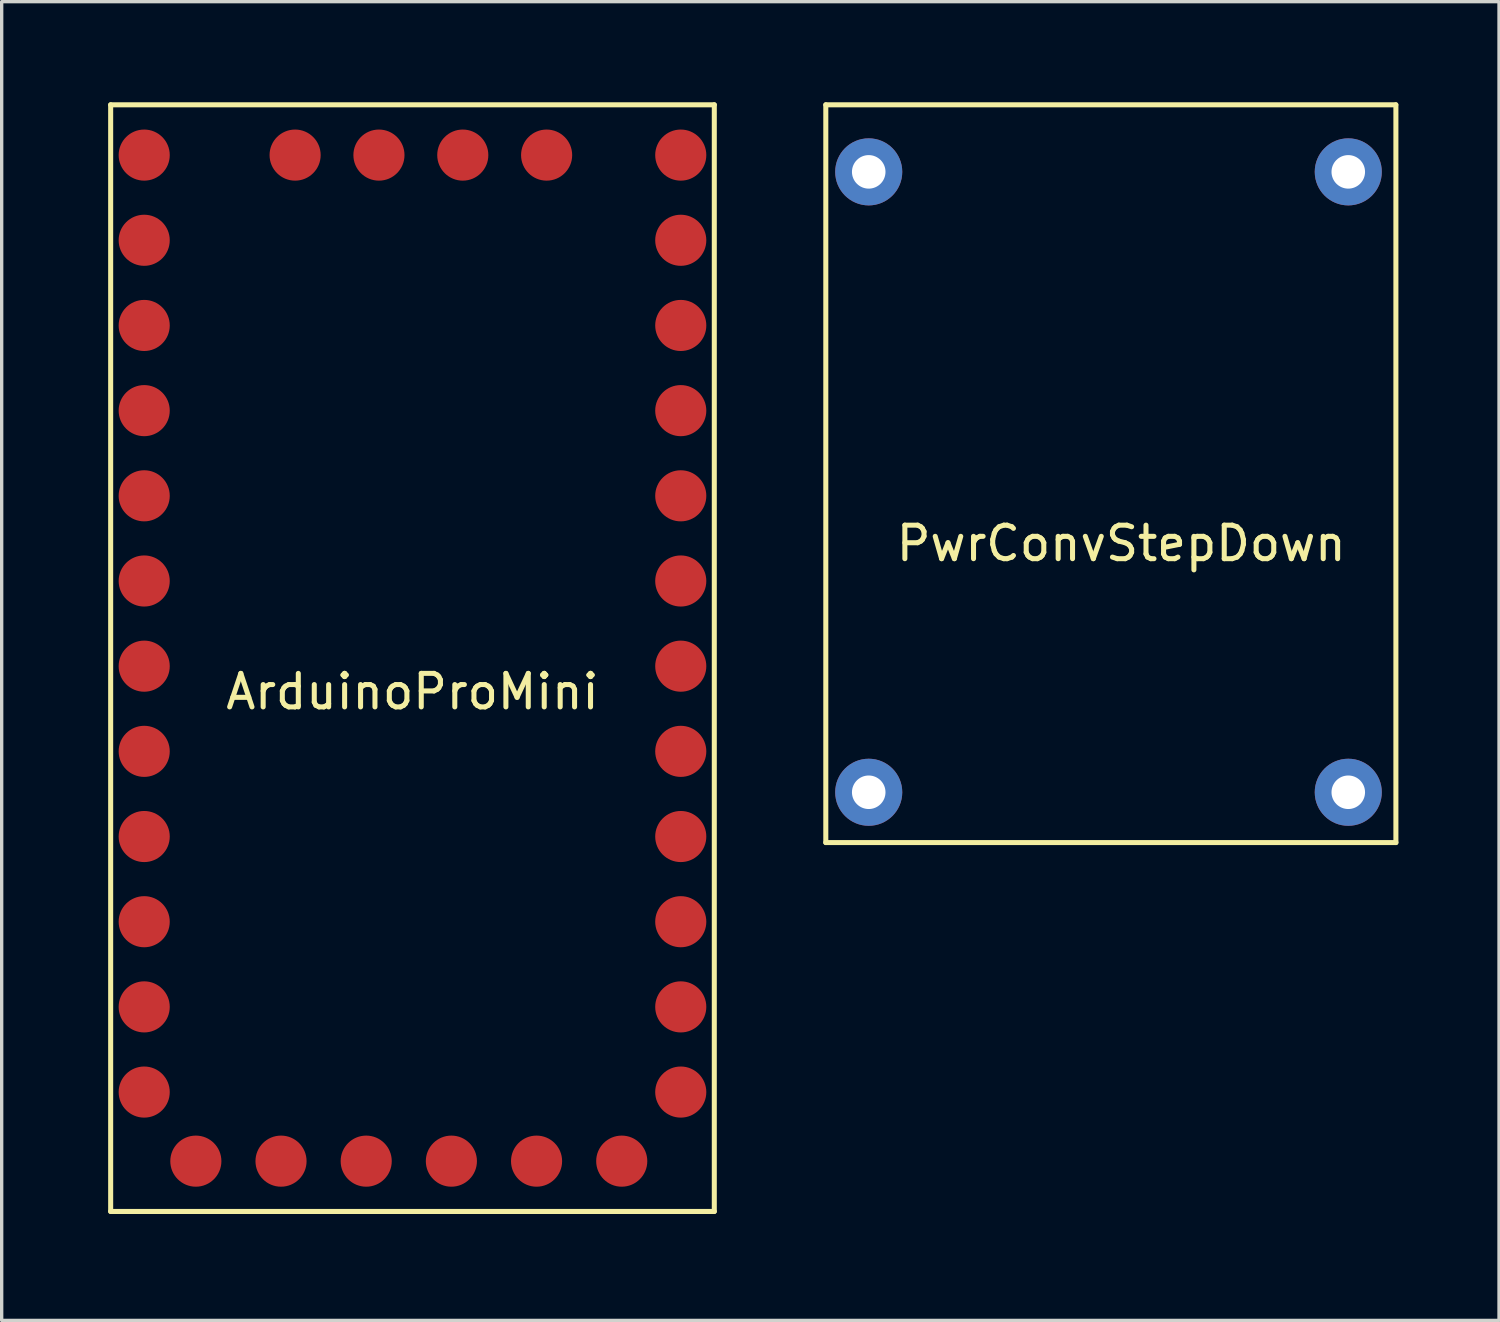
<source format=kicad_pcb>
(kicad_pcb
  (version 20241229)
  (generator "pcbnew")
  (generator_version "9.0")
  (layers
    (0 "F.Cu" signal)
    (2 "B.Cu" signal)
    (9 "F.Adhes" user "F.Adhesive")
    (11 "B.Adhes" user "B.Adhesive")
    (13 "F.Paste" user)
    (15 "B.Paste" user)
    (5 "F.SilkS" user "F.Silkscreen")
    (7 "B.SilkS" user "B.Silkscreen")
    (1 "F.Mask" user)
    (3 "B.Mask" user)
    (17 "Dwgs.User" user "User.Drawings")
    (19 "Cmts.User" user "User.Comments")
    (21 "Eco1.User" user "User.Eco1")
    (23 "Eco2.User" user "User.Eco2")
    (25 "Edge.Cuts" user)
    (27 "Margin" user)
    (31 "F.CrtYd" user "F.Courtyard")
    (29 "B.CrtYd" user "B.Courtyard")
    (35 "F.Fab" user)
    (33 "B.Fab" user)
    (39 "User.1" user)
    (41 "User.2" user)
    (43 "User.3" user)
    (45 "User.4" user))
  (footprint "ArduinoProMini"
    (layer "F.Cu")
    (at 0.25 33.075)
    (property "Reference" "ArduinoProMini" (at 9 -15.5 0) (layer "F.SilkS") (effects (font (size 1 1) (thickness 0.15))))
    (attr through_hole)
    (fp_line (start 0 -33) (end 18 -33) (stroke (width 0.15) (type solid)) (layer "F.SilkS"))
    (fp_line (start 0 0) (end 0 -33) (stroke (width 0.15) (type solid)) (layer "F.SilkS"))
    (fp_line (start 18 -33) (end 18 0) (stroke (width 0.15) (type solid)) (layer "F.SilkS"))
    (fp_line (start 18 0) (end 0 0) (stroke (width 0.15) (type solid)) (layer "F.SilkS"))
    (pad "1" smd circle (at 1 -3.56) (size 1.524 1.524) (layers "F.Cu" "F.Mask" "F.Paste"))
    (pad "2" smd circle (at 1 -6.1) (size 1.524 1.524) (layers "F.Cu" "F.Mask" "F.Paste"))
    (pad "3" smd circle (at 1 -8.64) (size 1.524 1.524) (layers "F.Cu" "F.Mask" "F.Paste"))
    (pad "4" smd circle (at 1 -11.18) (size 1.524 1.524) (layers "F.Cu" "F.Mask" "F.Paste"))
    (pad "5" smd circle (at 1 -13.72) (size 1.524 1.524) (layers "F.Cu" "F.Mask" "F.Paste"))
    (pad "6" smd circle (at 1 -16.26) (size 1.524 1.524) (layers "F.Cu" "F.Mask" "F.Paste"))
    (pad "7" smd circle (at 1 -18.8) (size 1.524 1.524) (layers "F.Cu" "F.Mask" "F.Paste"))
    (pad "8" smd circle (at 1 -21.34) (size 1.524 1.524) (layers "F.Cu" "F.Mask" "F.Paste"))
    (pad "9" smd circle (at 1 -23.88) (size 1.524 1.524) (layers "F.Cu" "F.Mask" "F.Paste"))
    (pad "10" smd circle (at 1 -26.42) (size 1.524 1.524) (layers "F.Cu" "F.Mask" "F.Paste"))
    (pad "11" smd circle (at 1 -28.96) (size 1.524 1.524) (layers "F.Cu" "F.Mask" "F.Paste"))
    (pad "12" smd circle (at 1 -31.5) (size 1.524 1.524) (layers "F.Cu" "F.Mask" "F.Paste"))
    (pad "13" smd circle (at 5.5 -31.5) (size 1.524 1.524) (layers "F.Cu" "F.Mask" "F.Paste"))
    (pad "14" smd circle (at 8 -31.5) (size 1.524 1.524) (layers "F.Cu" "F.Mask" "F.Paste"))
    (pad "15" smd circle (at 10.5 -31.5) (size 1.524 1.524) (layers "F.Cu" "F.Mask" "F.Paste"))
    (pad "16" smd circle (at 13 -31.5) (size 1.524 1.524) (layers "F.Cu" "F.Mask" "F.Paste"))
    (pad "17" smd circle (at 17 -31.5) (size 1.524 1.524) (layers "F.Cu" "F.Mask" "F.Paste"))
    (pad "18" smd circle (at 17 -28.96) (size 1.524 1.524) (layers "F.Cu" "F.Mask" "F.Paste"))
    (pad "19" smd circle (at 17 -26.42) (size 1.524 1.524) (layers "F.Cu" "F.Mask" "F.Paste"))
    (pad "20" smd circle (at 17 -23.88) (size 1.524 1.524) (layers "F.Cu" "F.Mask" "F.Paste"))
    (pad "21" smd circle (at 17 -21.34) (size 1.524 1.524) (layers "F.Cu" "F.Mask" "F.Paste"))
    (pad "22" smd circle (at 17 -18.8) (size 1.524 1.524) (layers "F.Cu" "F.Mask" "F.Paste"))
    (pad "23" smd circle (at 17 -16.26) (size 1.524 1.524) (layers "F.Cu" "F.Mask" "F.Paste"))
    (pad "24" smd circle (at 17 -13.72) (size 1.524 1.524) (layers "F.Cu" "F.Mask" "F.Paste"))
    (pad "25" smd circle (at 17 -11.18) (size 1.524 1.524) (layers "F.Cu" "F.Mask" "F.Paste"))
    (pad "26" smd circle (at 17 -8.64) (size 1.524 1.524) (layers "F.Cu" "F.Mask" "F.Paste"))
    (pad "27" smd circle (at 17 -6.1) (size 1.524 1.524) (layers "F.Cu" "F.Mask" "F.Paste"))
    (pad "28" smd circle (at 17 -3.56) (size 1.524 1.524) (layers "F.Cu" "F.Mask" "F.Paste"))
    (pad "29" smd circle (at 15.24 -1.5) (size 1.524 1.524) (layers "F.Cu" "F.Mask" "F.Paste"))
    (pad "30" smd circle (at 12.7 -1.5) (size 1.524 1.524) (layers "F.Cu" "F.Mask" "F.Paste"))
    (pad "31" smd circle (at 10.16 -1.5) (size 1.524 1.524) (layers "F.Cu" "F.Mask" "F.Paste"))
    (pad "32" smd circle (at 7.62 -1.5) (size 1.524 1.524) (layers "F.Cu" "F.Mask" "F.Paste"))
    (pad "33" smd circle (at 5.08 -1.5) (size 1.524 1.524) (layers "F.Cu" "F.Mask" "F.Paste"))
    (pad "34" smd circle (at 2.54 -1.5) (size 1.524 1.524) (layers "F.Cu" "F.Mask" "F.Paste")))
  (footprint "PwrConvStepDown"
    (layer "F.Cu")
    (at 21.575 22.075)
    (property "Reference" "PwrConvStepDown" (at 8.81 -8.92 0) (layer "F.SilkS") (effects (font (size 1 1) (thickness 0.15))))
    (attr through_hole)
    (fp_line (start 0 -22) (end 16.997 -22) (stroke (width 0.15) (type solid)) (layer "F.SilkS"))
    (fp_line (start 0 0) (end 0 -22) (stroke (width 0.15) (type solid)) (layer "F.SilkS"))
    (fp_line (start 17 -22) (end 17 0) (stroke (width 0.15) (type solid)) (layer "F.SilkS"))
    (fp_line (start 17 0) (end 0 0) (stroke (width 0.15) (type solid)) (layer "F.SilkS"))
    (pad "1" thru_hole circle (at 1.28 -20) (size 2 2) (drill 1) (layers "*.Cu" "*.Mask"))
    (pad "2" thru_hole circle (at 15.58 -20) (size 2 2) (drill 1) (layers "*.Cu" "*.Mask"))
    (pad "3" thru_hole circle (at 1.28 -1.5) (size 2 2) (drill 1) (layers "*.Cu" "*.Mask"))
    (pad "4" thru_hole circle (at 15.58 -1.5) (size 2 2) (drill 1) (layers "*.Cu" "*.Mask")))
  (gr_rect
    (start -3 -3)
    (end 41.65 36.325)
    (stroke (width 0.1) (type default))
    (fill no)
    (layer "Edge.Cuts")))
</source>
